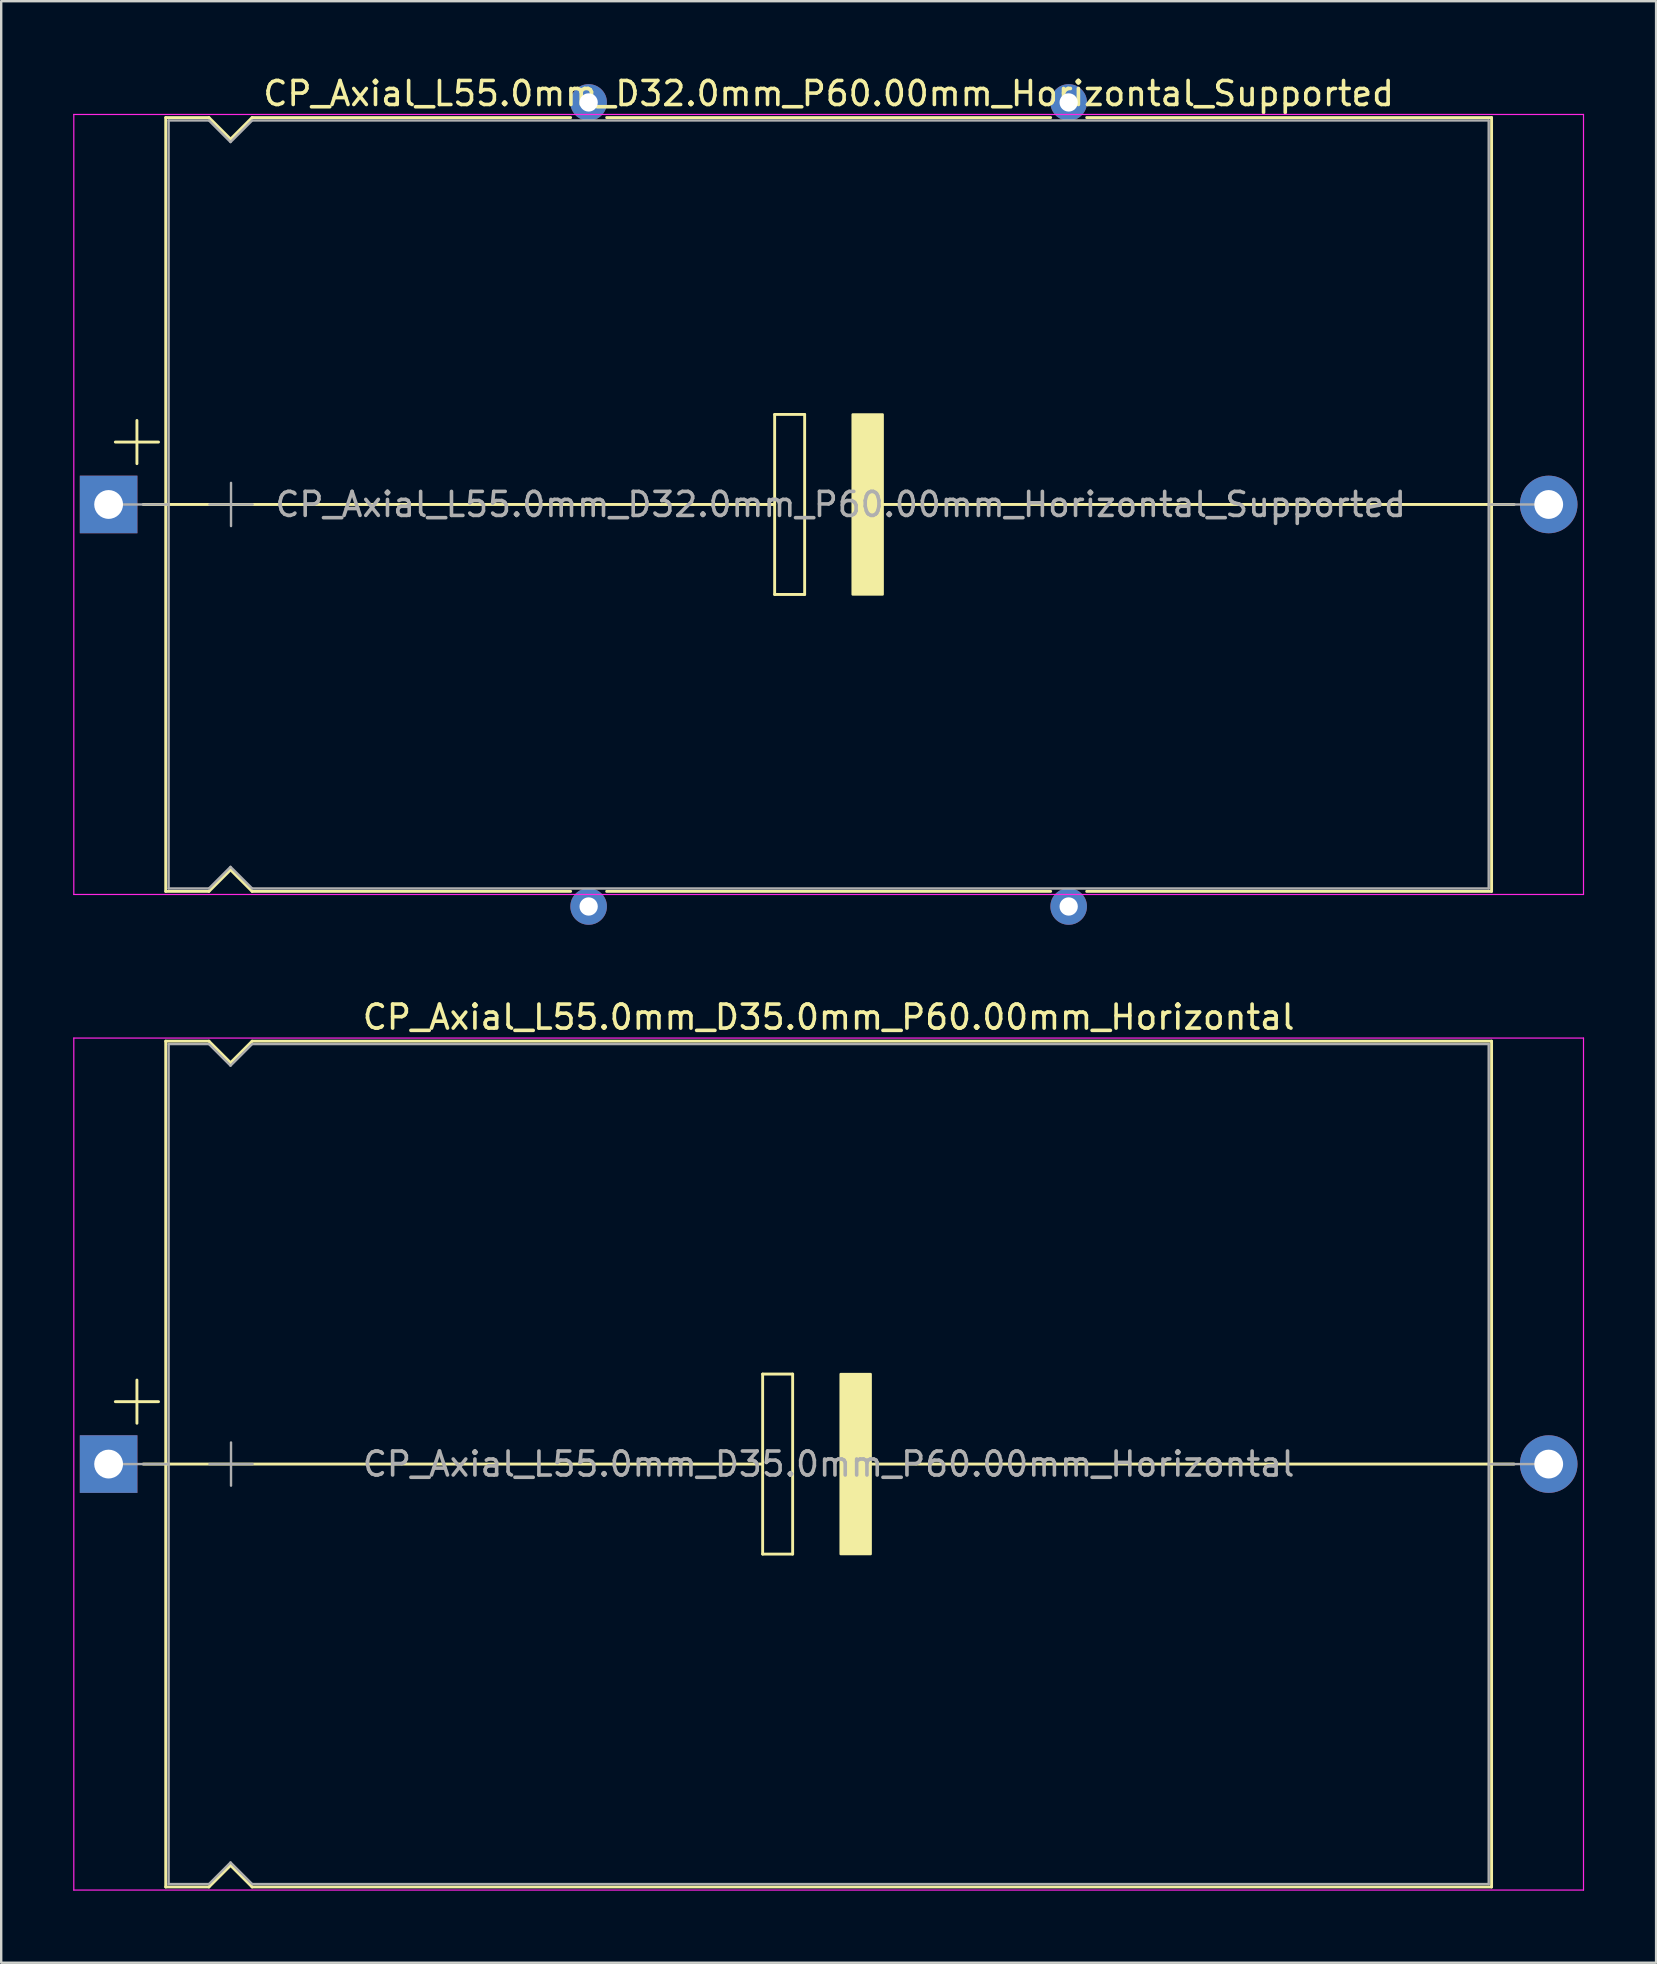
<source format=kicad_pcb>
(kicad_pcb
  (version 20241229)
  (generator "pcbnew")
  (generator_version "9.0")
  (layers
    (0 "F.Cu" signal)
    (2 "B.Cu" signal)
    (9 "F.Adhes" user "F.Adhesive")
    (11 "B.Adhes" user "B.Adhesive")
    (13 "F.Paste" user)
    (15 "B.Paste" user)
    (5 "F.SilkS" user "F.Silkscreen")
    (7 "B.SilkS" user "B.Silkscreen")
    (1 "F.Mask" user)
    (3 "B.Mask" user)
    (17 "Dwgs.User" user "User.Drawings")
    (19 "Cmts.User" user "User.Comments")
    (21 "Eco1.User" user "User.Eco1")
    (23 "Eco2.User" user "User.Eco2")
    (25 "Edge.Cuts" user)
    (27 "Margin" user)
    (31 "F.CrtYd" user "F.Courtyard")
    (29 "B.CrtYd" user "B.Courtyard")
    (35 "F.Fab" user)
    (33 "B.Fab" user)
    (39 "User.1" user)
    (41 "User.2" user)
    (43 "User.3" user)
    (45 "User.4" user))
  (footprint "CP_Axial_L55.0mm_D32.0mm_P60.00mm_Horizontal_Supported"
    (layer "F.Cu")
    (at 1.475 17.968)
    (property "Reference" "CP_Axial_L55.0mm_D32.0mm_P60.00mm_Horizontal_Supported" (at 30 -17.12 0) (layer "F.SilkS") (effects (font (size 1 1) (thickness 0.15))))
    (attr through_hole)
    (fp_line (start 0.28 -2.6) (end 2.08 -2.6) (stroke (width 0.12) (type solid)) (layer "F.SilkS"))
    (fp_line (start 1.18 -3.5) (end 1.18 -1.7) (stroke (width 0.12) (type solid)) (layer "F.SilkS"))
    (fp_line (start 1.44 0) (end 2.38 0) (stroke (width 0.12) (type solid)) (layer "F.SilkS"))
    (fp_line (start 2.38 -16.12) (end 2.38 16.12) (stroke (width 0.12) (type solid)) (layer "F.SilkS"))
    (fp_line (start 2.38 -16.12) (end 4.18 -16.12) (stroke (width 0.12) (type solid)) (layer "F.SilkS"))
    (fp_line (start 2.38 0) (end 27.75 0) (stroke (width 0.12) (type solid)) (layer "F.SilkS"))
    (fp_line (start 2.38 16.12) (end 4.18 16.12) (stroke (width 0.12) (type solid)) (layer "F.SilkS"))
    (fp_line (start 4.18 -16.12) (end 5.08 -15.22) (stroke (width 0.12) (type solid)) (layer "F.SilkS"))
    (fp_line (start 4.18 16.12) (end 5.08 15.22) (stroke (width 0.12) (type solid)) (layer "F.SilkS"))
    (fp_line (start 5.08 -15.22) (end 5.98 -16.12) (stroke (width 0.12) (type solid)) (layer "F.SilkS"))
    (fp_line (start 5.08 15.22) (end 5.98 16.12) (stroke (width 0.12) (type solid)) (layer "F.SilkS"))
    (fp_line (start 5.98 -16.12) (end 19.25 -16.12) (stroke (width 0.12) (type solid)) (layer "F.SilkS"))
    (fp_line (start 5.98 16.12) (end 19.25 16.12) (stroke (width 0.12) (type solid)) (layer "F.SilkS"))
    (fp_line (start 20.75 -16.12) (end 39.25 -16.12) (stroke (width 0.12) (type solid)) (layer "F.SilkS"))
    (fp_line (start 20.75 16.12) (end 39.25 16.12) (stroke (width 0.12) (type solid)) (layer "F.SilkS"))
    (fp_line (start 27.75 -3.75) (end 29 -3.75) (stroke (width 0.12) (type solid)) (layer "F.SilkS"))
    (fp_line (start 27.75 0) (end 27.75 -3.75) (stroke (width 0.12) (type solid)) (layer "F.SilkS"))
    (fp_line (start 27.75 3.75) (end 27.75 0) (stroke (width 0.12) (type solid)) (layer "F.SilkS"))
    (fp_line (start 29 -3.75) (end 29 3.75) (stroke (width 0.12) (type solid)) (layer "F.SilkS"))
    (fp_line (start 29 3.75) (end 27.75 3.75) (stroke (width 0.12) (type solid)) (layer "F.SilkS"))
    (fp_line (start 31.75 0) (end 57.62 0) (stroke (width 0.12) (type solid)) (layer "F.SilkS"))
    (fp_line (start 40.75 -16.12) (end 57.62 -16.12) (stroke (width 0.12) (type solid)) (layer "F.SilkS"))
    (fp_line (start 40.75 16.12) (end 57.62 16.12) (stroke (width 0.12) (type solid)) (layer "F.SilkS"))
    (fp_line (start 57.62 -16.12) (end 57.62 16.12) (stroke (width 0.12) (type solid)) (layer "F.SilkS"))
    (fp_line (start 58.56 0) (end 57.62 0) (stroke (width 0.12) (type solid)) (layer "F.SilkS"))
    (fp_poly (pts (xy 32.25 3.75) (xy 31 3.75) (xy 31 -3.75) (xy 32.25 -3.75)) (stroke (width 0.1) (type solid)) (fill yes) (layer "F.SilkS"))
    (fp_line (start -1.45 -16.25) (end -1.45 16.25) (stroke (width 0.05) (type solid)) (layer "F.CrtYd"))
    (fp_line (start -1.45 16.25) (end 61.45 16.25) (stroke (width 0.05) (type solid)) (layer "F.CrtYd"))
    (fp_line (start 61.45 -16.25) (end -1.45 -16.25) (stroke (width 0.05) (type solid)) (layer "F.CrtYd"))
    (fp_line (start 61.45 16.25) (end 61.45 -16.25) (stroke (width 0.05) (type solid)) (layer "F.CrtYd"))
    (fp_line (start 0 0) (end 2.5 0) (stroke (width 0.1) (type solid)) (layer "F.Fab"))
    (fp_line (start 2.5 -16) (end 2.5 16) (stroke (width 0.1) (type solid)) (layer "F.Fab"))
    (fp_line (start 2.5 -16) (end 4.18 -16) (stroke (width 0.1) (type solid)) (layer "F.Fab"))
    (fp_line (start 2.5 16) (end 4.18 16) (stroke (width 0.1) (type solid)) (layer "F.Fab"))
    (fp_line (start 4.18 -16) (end 5.08 -15.1) (stroke (width 0.1) (type solid)) (layer "F.Fab"))
    (fp_line (start 4.18 16) (end 5.08 15.1) (stroke (width 0.1) (type solid)) (layer "F.Fab"))
    (fp_line (start 4.2 0) (end 6 0) (stroke (width 0.1) (type solid)) (layer "F.Fab"))
    (fp_line (start 5.08 -15.1) (end 5.98 -16) (stroke (width 0.1) (type solid)) (layer "F.Fab"))
    (fp_line (start 5.08 15.1) (end 5.98 16) (stroke (width 0.1) (type solid)) (layer "F.Fab"))
    (fp_line (start 5.1 -0.9) (end 5.1 0.9) (stroke (width 0.1) (type solid)) (layer "F.Fab"))
    (fp_line (start 5.98 -16) (end 57.5 -16) (stroke (width 0.1) (type solid)) (layer "F.Fab"))
    (fp_line (start 5.98 16) (end 57.5 16) (stroke (width 0.1) (type solid)) (layer "F.Fab"))
    (fp_line (start 57.5 -16) (end 57.5 16) (stroke (width 0.1) (type solid)) (layer "F.Fab"))
    (fp_line (start 60 0) (end 57.5 0) (stroke (width 0.1) (type solid)) (layer "F.Fab"))
    (fp_text user "${REFERENCE}" (at 30.5 0 0) (layer "F.Fab") (effects (font (size 1 1) (thickness 0.15))))
    (pad "1" thru_hole rect (at 0 0) (size 2.4 2.4) (drill 1.2) (layers "*.Cu" "*.Mask"))
    (pad "2" thru_hole oval (at 60 0) (size 2.4 2.4) (drill 1.2) (layers "*.Cu" "*.Mask"))
    (pad "~" thru_hole circle (at 20 -16.75) (size 1.524 1.524) (drill 0.762) (layers "*.Cu" "*.Mask"))
    (pad "~" thru_hole circle (at 20 16.75) (size 1.524 1.524) (drill 0.762) (layers "*.Cu" "*.Mask"))
    (pad "~" thru_hole circle (at 40 -16.75) (size 1.524 1.524) (drill 0.762) (layers "*.Cu" "*.Mask"))
    (pad "~" thru_hole circle (at 40 16.75) (size 1.524 1.524) (drill 0.762) (layers "*.Cu" "*.Mask")))
  (footprint "CP_Axial_L55.0mm_D35.0mm_P60.00mm_Horizontal"
    (layer "F.Cu")
    (at 1.475 57.949)
    (property "Reference" "CP_Axial_L55.0mm_D35.0mm_P60.00mm_Horizontal" (at 30 -18.62 0) (layer "F.SilkS") (effects (font (size 1 1) (thickness 0.15))))
    (attr through_hole)
    (fp_line (start 0.28 -2.6) (end 2.08 -2.6) (stroke (width 0.12) (type solid)) (layer "F.SilkS"))
    (fp_line (start 1.18 -3.5) (end 1.18 -1.7) (stroke (width 0.12) (type solid)) (layer "F.SilkS"))
    (fp_line (start 1.44 0) (end 2.38 0) (stroke (width 0.12) (type solid)) (layer "F.SilkS"))
    (fp_line (start 2.38 -17.62) (end 2.38 17.62) (stroke (width 0.12) (type solid)) (layer "F.SilkS"))
    (fp_line (start 2.38 -17.62) (end 4.18 -17.62) (stroke (width 0.12) (type solid)) (layer "F.SilkS"))
    (fp_line (start 2.38 0) (end 27.25 0) (stroke (width 0.12) (type solid)) (layer "F.SilkS"))
    (fp_line (start 2.38 17.62) (end 4.18 17.62) (stroke (width 0.12) (type solid)) (layer "F.SilkS"))
    (fp_line (start 4.18 -17.62) (end 5.08 -16.72) (stroke (width 0.12) (type solid)) (layer "F.SilkS"))
    (fp_line (start 4.18 17.62) (end 5.08 16.72) (stroke (width 0.12) (type solid)) (layer "F.SilkS"))
    (fp_line (start 5.08 -16.72) (end 5.98 -17.62) (stroke (width 0.12) (type solid)) (layer "F.SilkS"))
    (fp_line (start 5.08 16.72) (end 5.98 17.62) (stroke (width 0.12) (type solid)) (layer "F.SilkS"))
    (fp_line (start 5.98 -17.62) (end 57.62 -17.62) (stroke (width 0.12) (type solid)) (layer "F.SilkS"))
    (fp_line (start 5.98 17.62) (end 57.62 17.62) (stroke (width 0.12) (type solid)) (layer "F.SilkS"))
    (fp_line (start 27.25 -3.75) (end 28.5 -3.75) (stroke (width 0.12) (type solid)) (layer "F.SilkS"))
    (fp_line (start 27.25 0) (end 27.25 -3.75) (stroke (width 0.12) (type solid)) (layer "F.SilkS"))
    (fp_line (start 27.25 3.75) (end 27.25 0) (stroke (width 0.12) (type solid)) (layer "F.SilkS"))
    (fp_line (start 28.5 -3.75) (end 28.5 3.75) (stroke (width 0.12) (type solid)) (layer "F.SilkS"))
    (fp_line (start 28.5 3.75) (end 27.25 3.75) (stroke (width 0.12) (type solid)) (layer "F.SilkS"))
    (fp_line (start 31.75 0) (end 57.62 0) (stroke (width 0.12) (type solid)) (layer "F.SilkS"))
    (fp_line (start 57.62 -17.62) (end 57.62 17.62) (stroke (width 0.12) (type solid)) (layer "F.SilkS"))
    (fp_line (start 58.56 0) (end 57.62 0) (stroke (width 0.12) (type solid)) (layer "F.SilkS"))
    (fp_poly (pts (xy 31.75 3.75) (xy 30.5 3.75) (xy 30.5 -3.75) (xy 31.75 -3.75)) (stroke (width 0.1) (type solid)) (fill yes) (layer "F.SilkS"))
    (fp_line (start -1.45 -17.75) (end -1.45 17.75) (stroke (width 0.05) (type solid)) (layer "F.CrtYd"))
    (fp_line (start -1.45 17.75) (end 61.45 17.75) (stroke (width 0.05) (type solid)) (layer "F.CrtYd"))
    (fp_line (start 61.45 -17.75) (end -1.45 -17.75) (stroke (width 0.05) (type solid)) (layer "F.CrtYd"))
    (fp_line (start 61.45 17.75) (end 61.45 -17.75) (stroke (width 0.05) (type solid)) (layer "F.CrtYd"))
    (fp_line (start 0 0) (end 2.5 0) (stroke (width 0.1) (type solid)) (layer "F.Fab"))
    (fp_line (start 2.5 -17.5) (end 2.5 17.5) (stroke (width 0.1) (type solid)) (layer "F.Fab"))
    (fp_line (start 2.5 -17.5) (end 4.18 -17.5) (stroke (width 0.1) (type solid)) (layer "F.Fab"))
    (fp_line (start 2.5 17.5) (end 4.18 17.5) (stroke (width 0.1) (type solid)) (layer "F.Fab"))
    (fp_line (start 4.18 -17.5) (end 5.08 -16.6) (stroke (width 0.1) (type solid)) (layer "F.Fab"))
    (fp_line (start 4.18 17.5) (end 5.08 16.6) (stroke (width 0.1) (type solid)) (layer "F.Fab"))
    (fp_line (start 4.2 0) (end 6 0) (stroke (width 0.1) (type solid)) (layer "F.Fab"))
    (fp_line (start 5.08 -16.6) (end 5.98 -17.5) (stroke (width 0.1) (type solid)) (layer "F.Fab"))
    (fp_line (start 5.08 16.6) (end 5.98 17.5) (stroke (width 0.1) (type solid)) (layer "F.Fab"))
    (fp_line (start 5.1 -0.9) (end 5.1 0.9) (stroke (width 0.1) (type solid)) (layer "F.Fab"))
    (fp_line (start 5.98 -17.5) (end 57.5 -17.5) (stroke (width 0.1) (type solid)) (layer "F.Fab"))
    (fp_line (start 5.98 17.5) (end 57.5 17.5) (stroke (width 0.1) (type solid)) (layer "F.Fab"))
    (fp_line (start 57.5 -17.5) (end 57.5 17.5) (stroke (width 0.1) (type solid)) (layer "F.Fab"))
    (fp_line (start 60 0) (end 57.5 0) (stroke (width 0.1) (type solid)) (layer "F.Fab"))
    (fp_text user "${REFERENCE}" (at 30 0 0) (layer "F.Fab") (effects (font (size 1 1) (thickness 0.15))))
    (pad "1" thru_hole rect (at 0 0) (size 2.4 2.4) (drill 1.2) (layers "*.Cu" "*.Mask"))
    (pad "2" thru_hole oval (at 60 0) (size 2.4 2.4) (drill 1.2) (layers "*.Cu" "*.Mask")))
  (gr_rect
    (start -3 -3)
    (end 65.95 78.724)
    (stroke (width 0.1) (type default))
    (fill no)
    (layer "Edge.Cuts")))
</source>
